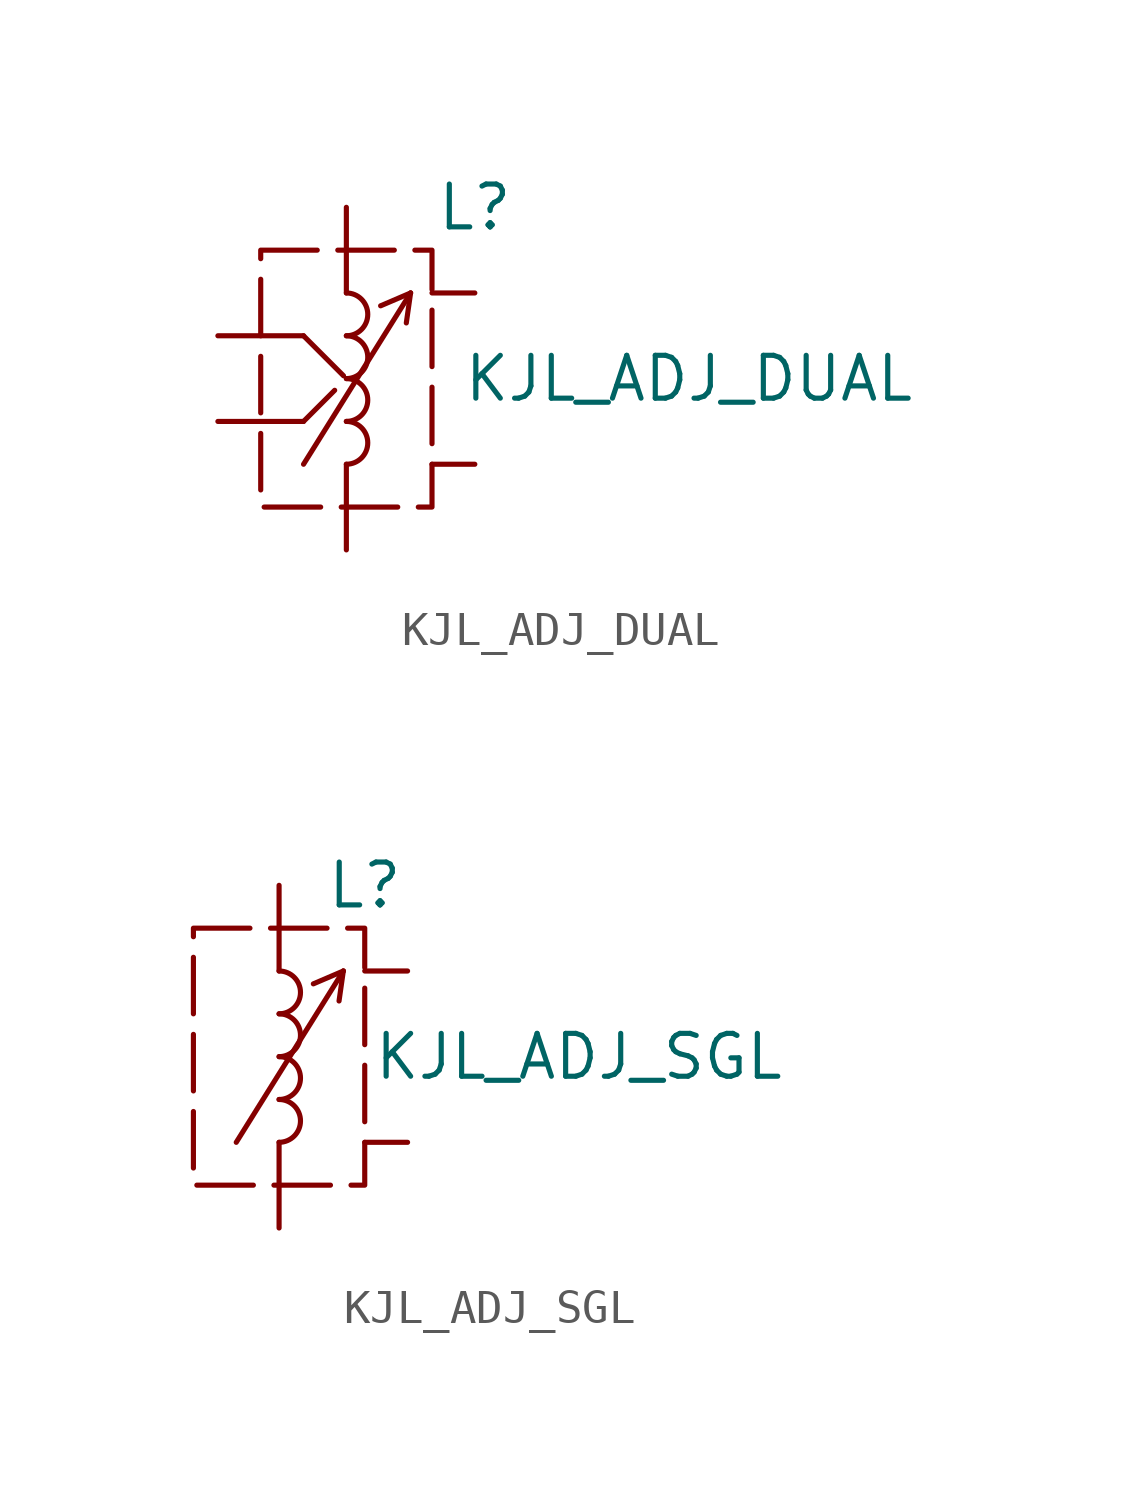
<source format=kicad_sym>
(kicad_symbol_lib
  (version 20220914)
  (generator kicad_symbol_editor)
  (symbol "KJL_ADJ_DUAL"
    (pin_numbers hide)
    (pin_names
      (offset 1.016) hide)
    (property "Reference" "L"
      (at 3.81 5.08 0)
      (effects (font (size 1.27 1.27))))
    (property "Value" "KJL_ADJ_DUAL"
      (at 10.16 0 0)
      (effects (font (size 1.27 1.27))))
    (symbol "KJL_ADJ_DUAL_0_1"
      (arc (start 0 -2.54) (mid 0.6323 -1.905) (end 0 -1.27) (stroke (width 0) (type default)) (fill (type none)))
      (arc (start 0 -1.27) (mid 0.6323 -0.635) (end 0 0) (stroke (width 0) (type default)) (fill (type none)))
      (polyline (pts (xy -1.27 -2.54) (xy 1.905 2.54)) (stroke (width 0) (type default)) (fill (type none)))
      (polyline (pts (xy 1.905 2.54) (xy 1.016 2.159)) (stroke (width 0) (type default)) (fill (type none)))
      (polyline (pts (xy 1.905 2.54) (xy 1.778 1.651)) (stroke (width 0) (type default)) (fill (type none)))
      (arc (start 0 0) (mid 0.6323 0.635) (end 0 1.27) (stroke (width 0) (type default)) (fill (type none)))
      (arc (start 0 1.27) (mid 0.6323 1.905) (end 0 2.54) (stroke (width 0) (type default)) (fill (type none))))
    (symbol "KJL_ADJ_DUAL_1_1"
      (rectangle (start -2.54 3.81) (end 2.54 -3.81) (stroke (width 0) (type dash)) (fill (type none)))
      (polyline (pts (xy -1.27 1.27) (xy 0 0) (xy -1.27 -1.27)) (stroke (width 0) (type default)) (fill (type none)))
      (pin passive line (at 0 5.08 270) (length 2.54) (name "1" (effects (font (size 1.27 1.27)))) (number "1" (effects (font (size 1.27 1.27)))))
      (pin passive line (at 3.81 -2.54 180) (length 1.27) (name "1" (effects (font (size 1.27 1.27)))) (number "1" (effects (font (size 1.27 1.27)))))
      (pin passive line (at 3.81 2.54 180) (length 1.27) (name "1" (effects (font (size 1.27 1.27)))) (number "1" (effects (font (size 1.27 1.27)))))
      (pin passive line (at -3.81 1.27 0) (length 2.54) (name "2" (effects (font (size 1.27 1.27)))) (number "2" (effects (font (size 1.27 1.27)))))
      (pin passive line (at -3.81 -1.27 0) (length 2.54) (name "4" (effects (font (size 1.27 1.27)))) (number "4" (effects (font (size 1.27 1.27)))))
      (pin passive line (at 0 -5.08 90) (length 2.54) (name "5" (effects (font (size 1.27 1.27)))) (number "5" (effects (font (size 1.27 1.27)))))))
  (symbol "KJL_ADJ_SGL"
    (pin_numbers hide)
    (pin_names hide)
    (property "Reference" "L"
      (at 2.54 5.08 0)
      (effects (font (size 1.27 1.27))))
    (property "Value" "KJL_ADJ_SGL"
      (at 8.89 0 0)
      (effects (font (size 1.27 1.27))))
    (symbol "KJL_ADJ_SGL_0_1"
      (arc (start 0 -2.54) (mid 0.6323 -1.905) (end 0 -1.27) (stroke (width 0) (type default)) (fill (type none)))
      (arc (start 0 -1.27) (mid 0.6323 -0.635) (end 0 0) (stroke (width 0) (type default)) (fill (type none)))
      (polyline (pts (xy -1.27 -2.54) (xy 1.905 2.54)) (stroke (width 0) (type default)) (fill (type none)))
      (polyline (pts (xy 1.905 2.54) (xy 1.016 2.159)) (stroke (width 0) (type default)) (fill (type none)))
      (polyline (pts (xy 1.905 2.54) (xy 1.778 1.651)) (stroke (width 0) (type default)) (fill (type none)))
      (arc (start 0 0) (mid 0.6323 0.635) (end 0 1.27) (stroke (width 0) (type default)) (fill (type none)))
      (arc (start 0 1.27) (mid 0.6323 1.905) (end 0 2.54) (stroke (width 0) (type default)) (fill (type none))))
    (symbol "KJL_ADJ_SGL_1_1"
      (rectangle (start -2.54 3.81) (end 2.54 -3.81) (stroke (width 0) (type dash)) (fill (type none)))
      (pin passive line (at 0 5.08 270) (length 2.54) (name "1" (effects (font (size 1.27 1.27)))) (number "1" (effects (font (size 1.27 1.27)))))
      (pin passive line (at 3.81 -2.54 180) (length 1.27) (name "1" (effects (font (size 1.27 1.27)))) (number "1" (effects (font (size 1.27 1.27)))))
      (pin passive line (at 3.81 2.54 180) (length 1.27) (name "1" (effects (font (size 1.27 1.27)))) (number "1" (effects (font (size 1.27 1.27)))))
      (pin passive line (at 0 -5.08 90) (length 2.54) (name "4" (effects (font (size 1.27 1.27)))) (number "4" (effects (font (size 1.27 1.27))))))))
</source>
